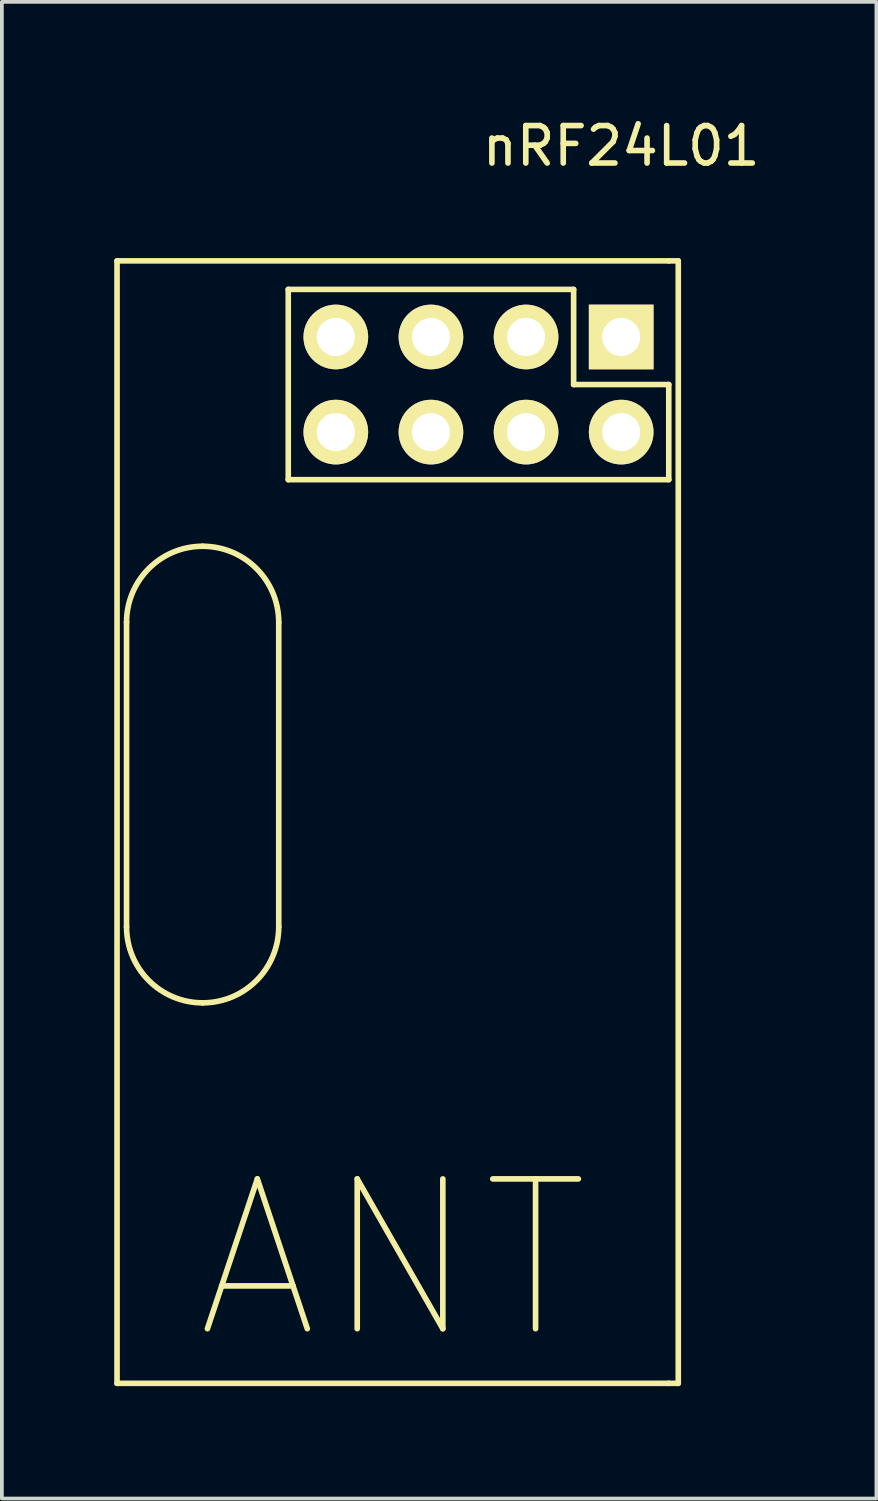
<source format=kicad_pcb>
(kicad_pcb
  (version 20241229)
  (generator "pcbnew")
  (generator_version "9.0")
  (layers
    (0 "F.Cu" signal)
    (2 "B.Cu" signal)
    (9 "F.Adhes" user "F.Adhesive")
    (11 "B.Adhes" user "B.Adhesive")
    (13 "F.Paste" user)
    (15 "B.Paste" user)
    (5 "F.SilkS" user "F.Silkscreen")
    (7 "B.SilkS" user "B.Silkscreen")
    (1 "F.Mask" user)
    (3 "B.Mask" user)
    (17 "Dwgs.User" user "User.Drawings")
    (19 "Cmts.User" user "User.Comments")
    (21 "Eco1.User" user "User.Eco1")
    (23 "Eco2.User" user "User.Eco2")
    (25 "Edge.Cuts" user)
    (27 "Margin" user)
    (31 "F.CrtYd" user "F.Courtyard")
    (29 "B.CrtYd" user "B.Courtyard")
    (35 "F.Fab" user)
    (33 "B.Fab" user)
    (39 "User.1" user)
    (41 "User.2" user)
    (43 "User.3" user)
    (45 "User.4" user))
  (footprint "nRF24L01"
    (layer "F.Cu")
    (at 13.537 5.948)
    (property "Reference" "nRF24L01" (at 0 -5.1 0) (layer "F.SilkS") (effects (font (size 1 1) (thickness 0.15))))
    (attr through_hole)
    (fp_line (start -13.462 -2.032) (end -13.462 27.94) (stroke (width 0.15) (type solid)) (layer "F.SilkS"))
    (fp_line (start -13.208 7.62) (end -13.208 15.748) (stroke (width 0.15) (type solid)) (layer "F.SilkS"))
    (fp_line (start -9.144 7.62) (end -9.144 15.748) (stroke (width 0.15) (type solid)) (layer "F.SilkS"))
    (fp_line (start -8.89 -1.27) (end -8.89 3.81) (stroke (width 0.15) (type solid)) (layer "F.SilkS"))
    (fp_line (start -8.89 3.81) (end 1.27 3.81) (stroke (width 0.15) (type solid)) (layer "F.SilkS"))
    (fp_line (start -1.27 -1.27) (end -8.89 -1.27) (stroke (width 0.15) (type solid)) (layer "F.SilkS"))
    (fp_line (start -1.27 1.27) (end -1.27 -1.27) (stroke (width 0.15) (type solid)) (layer "F.SilkS"))
    (fp_line (start 1.27 -2.032) (end -13.462 -2.032) (stroke (width 0.15) (type solid)) (layer "F.SilkS"))
    (fp_line (start 1.27 -2.032) (end 1.524 -2.032) (stroke (width 0.15) (type solid)) (layer "F.SilkS"))
    (fp_line (start 1.27 1.27) (end -1.27 1.27) (stroke (width 0.15) (type solid)) (layer "F.SilkS"))
    (fp_line (start 1.27 3.81) (end 1.27 1.27) (stroke (width 0.15) (type solid)) (layer "F.SilkS"))
    (fp_line (start 1.27 27.94) (end -13.462 27.94) (stroke (width 0.15) (type solid)) (layer "F.SilkS"))
    (fp_line (start 1.27 27.94) (end 1.524 27.94) (stroke (width 0.15) (type solid)) (layer "F.SilkS"))
    (fp_line (start 1.524 -2.032) (end 1.524 27.94) (stroke (width 0.15) (type solid)) (layer "F.SilkS"))
    (fp_arc (start -13.208 7.62) (mid -12.612841 6.183159) (end -11.176 5.588) (stroke (width 0.15) (type solid)) (layer "F.SilkS"))
    (fp_arc (start -11.176 5.588) (mid -9.739159 6.183159) (end -9.144 7.62) (stroke (width 0.15) (type solid)) (layer "F.SilkS"))
    (fp_arc (start -11.176 17.78) (mid -12.612841 17.184841) (end -13.208 15.748) (stroke (width 0.15) (type solid)) (layer "F.SilkS"))
    (fp_arc (start -9.144 15.748) (mid -9.739159 17.184841) (end -11.176 17.78) (stroke (width 0.15) (type solid)) (layer "F.SilkS"))
    (fp_text user "ANT" (at -6.096 24.638 0) (layer "F.SilkS") (effects (font (size 4 4) (thickness 0.15))))
    (pad "1" thru_hole rect (at 0 0 180) (size 1.727 1.727) (drill 1.016) (layers "*.Cu" "*.Mask" "F.SilkS"))
    (pad "2" thru_hole oval (at 0 2.54 180) (size 1.727 1.727) (drill 1.016) (layers "*.Cu" "*.Mask" "F.SilkS"))
    (pad "3" thru_hole oval (at -2.54 0 180) (size 1.727 1.727) (drill 1.016) (layers "*.Cu" "*.Mask" "F.SilkS"))
    (pad "4" thru_hole oval (at -2.54 2.54 180) (size 1.727 1.727) (drill 1.016) (layers "*.Cu" "*.Mask" "F.SilkS"))
    (pad "5" thru_hole oval (at -5.08 0 180) (size 1.727 1.727) (drill 1.016) (layers "*.Cu" "*.Mask" "F.SilkS"))
    (pad "6" thru_hole oval (at -5.08 2.54 180) (size 1.727 1.727) (drill 1.016) (layers "*.Cu" "*.Mask" "F.SilkS"))
    (pad "7" thru_hole oval (at -7.62 0 180) (size 1.727 1.727) (drill 1.016) (layers "*.Cu" "*.Mask" "F.SilkS"))
    (pad "8" thru_hole oval (at -7.62 2.54 180) (size 1.727 1.727) (drill 1.016) (layers "*.Cu" "*.Mask" "F.SilkS")))
  (gr_rect
    (start -3 -3)
    (end 20.352 36.963)
    (stroke (width 0.1) (type default))
    (fill no)
    (layer "Edge.Cuts")))
</source>
